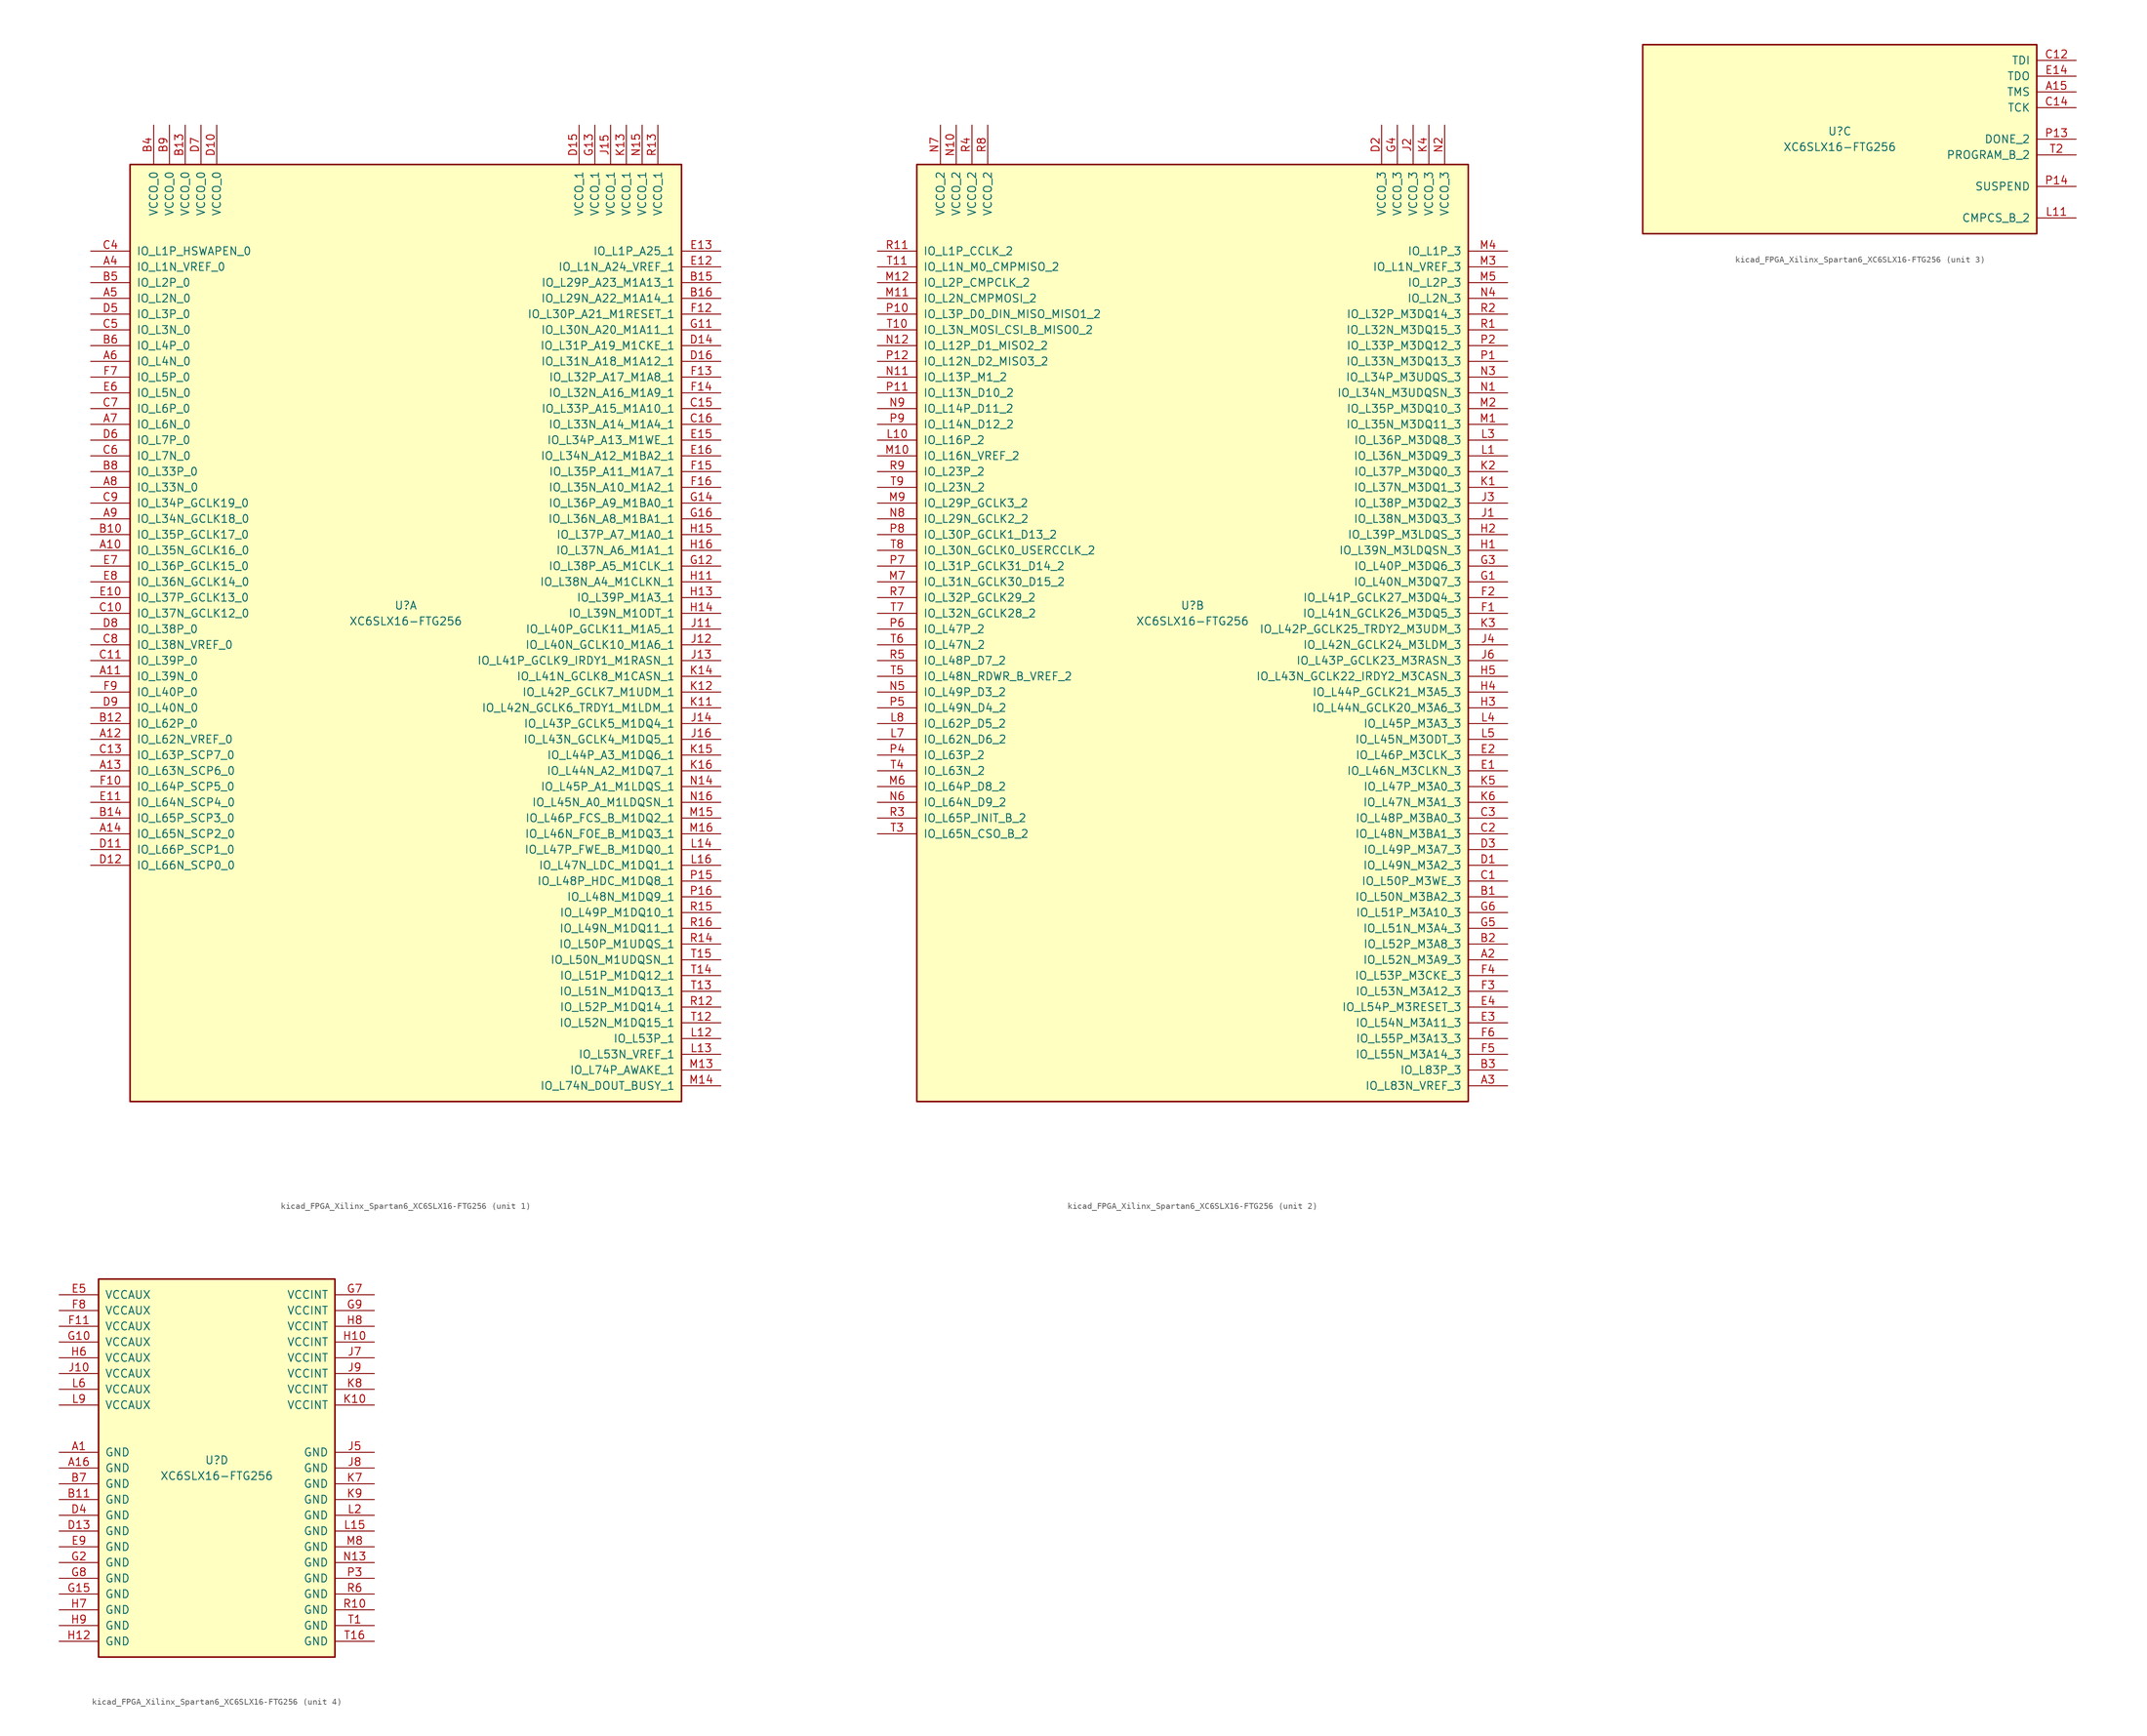
<source format=kicad_sym>
(kicad_symbol_lib
  (version 20220914)
  (generator kicad_symbol_editor)
  (symbol "kicad_FPGA_Xilinx_Spartan6_XC6SLX16-FTG256"
    (pin_names
      (offset 1.016))
    (property "Reference" "U"
      (at 0 1.27 0)
      (effects (font (size 1.27 1.27))))
    (property "Value" "XC6SLX16-FTG256"
      (at 0 -1.27 0)
      (effects (font (size 1.27 1.27))))
    (property "Datasheet" ""
      (at 0 0 0)
      (effects (font (size 1.27 1.27))))
    (property "ki_locked" ""
      (at 0 0 0)
      (effects (font (size 1.27 1.27))))
    (symbol "kicad_FPGA_Xilinx_Spartan6_XC6SLX16-FTG256_1_1"
      (rectangle (start -44.45 72.39) (end 44.45 -78.74) (stroke (width 0.254) (type default)) (fill (type background)))
      (pin bidirectional line (at -50.8 10.16 0) (length 6.35) (name "IO_L35N_GCLK16_0" (effects (font (size 1.27 1.27)))) (number "A10" (effects (font (size 1.27 1.27)))))
      (pin bidirectional line (at -50.8 -10.16 0) (length 6.35) (name "IO_L39N_0" (effects (font (size 1.27 1.27)))) (number "A11" (effects (font (size 1.27 1.27)))))
      (pin bidirectional line (at -50.8 -20.32 0) (length 6.35) (name "IO_L62N_VREF_0" (effects (font (size 1.27 1.27)))) (number "A12" (effects (font (size 1.27 1.27)))))
      (pin bidirectional line (at -50.8 -25.4 0) (length 6.35) (name "IO_L63N_SCP6_0" (effects (font (size 1.27 1.27)))) (number "A13" (effects (font (size 1.27 1.27)))))
      (pin bidirectional line (at -50.8 -35.56 0) (length 6.35) (name "IO_L65N_SCP2_0" (effects (font (size 1.27 1.27)))) (number "A14" (effects (font (size 1.27 1.27)))))
      (pin bidirectional line (at -50.8 55.88 0) (length 6.35) (name "IO_L1N_VREF_0" (effects (font (size 1.27 1.27)))) (number "A4" (effects (font (size 1.27 1.27)))))
      (pin bidirectional line (at -50.8 50.8 0) (length 6.35) (name "IO_L2N_0" (effects (font (size 1.27 1.27)))) (number "A5" (effects (font (size 1.27 1.27)))))
      (pin bidirectional line (at -50.8 40.64 0) (length 6.35) (name "IO_L4N_0" (effects (font (size 1.27 1.27)))) (number "A6" (effects (font (size 1.27 1.27)))))
      (pin bidirectional line (at -50.8 30.48 0) (length 6.35) (name "IO_L6N_0" (effects (font (size 1.27 1.27)))) (number "A7" (effects (font (size 1.27 1.27)))))
      (pin bidirectional line (at -50.8 20.32 0) (length 6.35) (name "IO_L33N_0" (effects (font (size 1.27 1.27)))) (number "A8" (effects (font (size 1.27 1.27)))))
      (pin bidirectional line (at -50.8 15.24 0) (length 6.35) (name "IO_L34N_GCLK18_0" (effects (font (size 1.27 1.27)))) (number "A9" (effects (font (size 1.27 1.27)))))
      (pin bidirectional line (at -50.8 12.7 0) (length 6.35) (name "IO_L35P_GCLK17_0" (effects (font (size 1.27 1.27)))) (number "B10" (effects (font (size 1.27 1.27)))))
      (pin bidirectional line (at -50.8 -17.78 0) (length 6.35) (name "IO_L62P_0" (effects (font (size 1.27 1.27)))) (number "B12" (effects (font (size 1.27 1.27)))))
      (pin power_in line (at -35.56 78.74 270) (length 6.35) (name "VCCO_0" (effects (font (size 1.27 1.27)))) (number "B13" (effects (font (size 1.27 1.27)))))
      (pin bidirectional line (at -50.8 -33.02 0) (length 6.35) (name "IO_L65P_SCP3_0" (effects (font (size 1.27 1.27)))) (number "B14" (effects (font (size 1.27 1.27)))))
      (pin bidirectional line (at 50.8 53.34 180) (length 6.35) (name "IO_L29P_A23_M1A13_1" (effects (font (size 1.27 1.27)))) (number "B15" (effects (font (size 1.27 1.27)))))
      (pin bidirectional line (at 50.8 50.8 180) (length 6.35) (name "IO_L29N_A22_M1A14_1" (effects (font (size 1.27 1.27)))) (number "B16" (effects (font (size 1.27 1.27)))))
      (pin power_in line (at -40.64 78.74 270) (length 6.35) (name "VCCO_0" (effects (font (size 1.27 1.27)))) (number "B4" (effects (font (size 1.27 1.27)))))
      (pin bidirectional line (at -50.8 53.34 0) (length 6.35) (name "IO_L2P_0" (effects (font (size 1.27 1.27)))) (number "B5" (effects (font (size 1.27 1.27)))))
      (pin bidirectional line (at -50.8 43.18 0) (length 6.35) (name "IO_L4P_0" (effects (font (size 1.27 1.27)))) (number "B6" (effects (font (size 1.27 1.27)))))
      (pin bidirectional line (at -50.8 22.86 0) (length 6.35) (name "IO_L33P_0" (effects (font (size 1.27 1.27)))) (number "B8" (effects (font (size 1.27 1.27)))))
      (pin power_in line (at -38.1 78.74 270) (length 6.35) (name "VCCO_0" (effects (font (size 1.27 1.27)))) (number "B9" (effects (font (size 1.27 1.27)))))
      (pin bidirectional line (at -50.8 0 0) (length 6.35) (name "IO_L37N_GCLK12_0" (effects (font (size 1.27 1.27)))) (number "C10" (effects (font (size 1.27 1.27)))))
      (pin bidirectional line (at -50.8 -7.62 0) (length 6.35) (name "IO_L39P_0" (effects (font (size 1.27 1.27)))) (number "C11" (effects (font (size 1.27 1.27)))))
      (pin bidirectional line (at -50.8 -22.86 0) (length 6.35) (name "IO_L63P_SCP7_0" (effects (font (size 1.27 1.27)))) (number "C13" (effects (font (size 1.27 1.27)))))
      (pin bidirectional line (at 50.8 33.02 180) (length 6.35) (name "IO_L33P_A15_M1A10_1" (effects (font (size 1.27 1.27)))) (number "C15" (effects (font (size 1.27 1.27)))))
      (pin bidirectional line (at 50.8 30.48 180) (length 6.35) (name "IO_L33N_A14_M1A4_1" (effects (font (size 1.27 1.27)))) (number "C16" (effects (font (size 1.27 1.27)))))
      (pin bidirectional line (at -50.8 58.42 0) (length 6.35) (name "IO_L1P_HSWAPEN_0" (effects (font (size 1.27 1.27)))) (number "C4" (effects (font (size 1.27 1.27)))))
      (pin bidirectional line (at -50.8 45.72 0) (length 6.35) (name "IO_L3N_0" (effects (font (size 1.27 1.27)))) (number "C5" (effects (font (size 1.27 1.27)))))
      (pin bidirectional line (at -50.8 25.4 0) (length 6.35) (name "IO_L7N_0" (effects (font (size 1.27 1.27)))) (number "C6" (effects (font (size 1.27 1.27)))))
      (pin bidirectional line (at -50.8 33.02 0) (length 6.35) (name "IO_L6P_0" (effects (font (size 1.27 1.27)))) (number "C7" (effects (font (size 1.27 1.27)))))
      (pin bidirectional line (at -50.8 -5.08 0) (length 6.35) (name "IO_L38N_VREF_0" (effects (font (size 1.27 1.27)))) (number "C8" (effects (font (size 1.27 1.27)))))
      (pin bidirectional line (at -50.8 17.78 0) (length 6.35) (name "IO_L34P_GCLK19_0" (effects (font (size 1.27 1.27)))) (number "C9" (effects (font (size 1.27 1.27)))))
      (pin power_in line (at -30.48 78.74 270) (length 6.35) (name "VCCO_0" (effects (font (size 1.27 1.27)))) (number "D10" (effects (font (size 1.27 1.27)))))
      (pin bidirectional line (at -50.8 -38.1 0) (length 6.35) (name "IO_L66P_SCP1_0" (effects (font (size 1.27 1.27)))) (number "D11" (effects (font (size 1.27 1.27)))))
      (pin bidirectional line (at -50.8 -40.64 0) (length 6.35) (name "IO_L66N_SCP0_0" (effects (font (size 1.27 1.27)))) (number "D12" (effects (font (size 1.27 1.27)))))
      (pin bidirectional line (at 50.8 43.18 180) (length 6.35) (name "IO_L31P_A19_M1CKE_1" (effects (font (size 1.27 1.27)))) (number "D14" (effects (font (size 1.27 1.27)))))
      (pin power_in line (at 27.94 78.74 270) (length 6.35) (name "VCCO_1" (effects (font (size 1.27 1.27)))) (number "D15" (effects (font (size 1.27 1.27)))))
      (pin bidirectional line (at 50.8 40.64 180) (length 6.35) (name "IO_L31N_A18_M1A12_1" (effects (font (size 1.27 1.27)))) (number "D16" (effects (font (size 1.27 1.27)))))
      (pin bidirectional line (at -50.8 48.26 0) (length 6.35) (name "IO_L3P_0" (effects (font (size 1.27 1.27)))) (number "D5" (effects (font (size 1.27 1.27)))))
      (pin bidirectional line (at -50.8 27.94 0) (length 6.35) (name "IO_L7P_0" (effects (font (size 1.27 1.27)))) (number "D6" (effects (font (size 1.27 1.27)))))
      (pin power_in line (at -33.02 78.74 270) (length 6.35) (name "VCCO_0" (effects (font (size 1.27 1.27)))) (number "D7" (effects (font (size 1.27 1.27)))))
      (pin bidirectional line (at -50.8 -2.54 0) (length 6.35) (name "IO_L38P_0" (effects (font (size 1.27 1.27)))) (number "D8" (effects (font (size 1.27 1.27)))))
      (pin bidirectional line (at -50.8 -15.24 0) (length 6.35) (name "IO_L40N_0" (effects (font (size 1.27 1.27)))) (number "D9" (effects (font (size 1.27 1.27)))))
      (pin bidirectional line (at -50.8 2.54 0) (length 6.35) (name "IO_L37P_GCLK13_0" (effects (font (size 1.27 1.27)))) (number "E10" (effects (font (size 1.27 1.27)))))
      (pin bidirectional line (at -50.8 -30.48 0) (length 6.35) (name "IO_L64N_SCP4_0" (effects (font (size 1.27 1.27)))) (number "E11" (effects (font (size 1.27 1.27)))))
      (pin bidirectional line (at 50.8 55.88 180) (length 6.35) (name "IO_L1N_A24_VREF_1" (effects (font (size 1.27 1.27)))) (number "E12" (effects (font (size 1.27 1.27)))))
      (pin bidirectional line (at 50.8 58.42 180) (length 6.35) (name "IO_L1P_A25_1" (effects (font (size 1.27 1.27)))) (number "E13" (effects (font (size 1.27 1.27)))))
      (pin bidirectional line (at 50.8 27.94 180) (length 6.35) (name "IO_L34P_A13_M1WE_1" (effects (font (size 1.27 1.27)))) (number "E15" (effects (font (size 1.27 1.27)))))
      (pin bidirectional line (at 50.8 25.4 180) (length 6.35) (name "IO_L34N_A12_M1BA2_1" (effects (font (size 1.27 1.27)))) (number "E16" (effects (font (size 1.27 1.27)))))
      (pin bidirectional line (at -50.8 35.56 0) (length 6.35) (name "IO_L5N_0" (effects (font (size 1.27 1.27)))) (number "E6" (effects (font (size 1.27 1.27)))))
      (pin bidirectional line (at -50.8 7.62 0) (length 6.35) (name "IO_L36P_GCLK15_0" (effects (font (size 1.27 1.27)))) (number "E7" (effects (font (size 1.27 1.27)))))
      (pin bidirectional line (at -50.8 5.08 0) (length 6.35) (name "IO_L36N_GCLK14_0" (effects (font (size 1.27 1.27)))) (number "E8" (effects (font (size 1.27 1.27)))))
      (pin bidirectional line (at -50.8 -27.94 0) (length 6.35) (name "IO_L64P_SCP5_0" (effects (font (size 1.27 1.27)))) (number "F10" (effects (font (size 1.27 1.27)))))
      (pin bidirectional line (at 50.8 48.26 180) (length 6.35) (name "IO_L30P_A21_M1RESET_1" (effects (font (size 1.27 1.27)))) (number "F12" (effects (font (size 1.27 1.27)))))
      (pin bidirectional line (at 50.8 38.1 180) (length 6.35) (name "IO_L32P_A17_M1A8_1" (effects (font (size 1.27 1.27)))) (number "F13" (effects (font (size 1.27 1.27)))))
      (pin bidirectional line (at 50.8 35.56 180) (length 6.35) (name "IO_L32N_A16_M1A9_1" (effects (font (size 1.27 1.27)))) (number "F14" (effects (font (size 1.27 1.27)))))
      (pin bidirectional line (at 50.8 22.86 180) (length 6.35) (name "IO_L35P_A11_M1A7_1" (effects (font (size 1.27 1.27)))) (number "F15" (effects (font (size 1.27 1.27)))))
      (pin bidirectional line (at 50.8 20.32 180) (length 6.35) (name "IO_L35N_A10_M1A2_1" (effects (font (size 1.27 1.27)))) (number "F16" (effects (font (size 1.27 1.27)))))
      (pin bidirectional line (at -50.8 38.1 0) (length 6.35) (name "IO_L5P_0" (effects (font (size 1.27 1.27)))) (number "F7" (effects (font (size 1.27 1.27)))))
      (pin bidirectional line (at -50.8 -12.7 0) (length 6.35) (name "IO_L40P_0" (effects (font (size 1.27 1.27)))) (number "F9" (effects (font (size 1.27 1.27)))))
      (pin bidirectional line (at 50.8 45.72 180) (length 6.35) (name "IO_L30N_A20_M1A11_1" (effects (font (size 1.27 1.27)))) (number "G11" (effects (font (size 1.27 1.27)))))
      (pin bidirectional line (at 50.8 7.62 180) (length 6.35) (name "IO_L38P_A5_M1CLK_1" (effects (font (size 1.27 1.27)))) (number "G12" (effects (font (size 1.27 1.27)))))
      (pin power_in line (at 30.48 78.74 270) (length 6.35) (name "VCCO_1" (effects (font (size 1.27 1.27)))) (number "G13" (effects (font (size 1.27 1.27)))))
      (pin bidirectional line (at 50.8 17.78 180) (length 6.35) (name "IO_L36P_A9_M1BA0_1" (effects (font (size 1.27 1.27)))) (number "G14" (effects (font (size 1.27 1.27)))))
      (pin bidirectional line (at 50.8 15.24 180) (length 6.35) (name "IO_L36N_A8_M1BA1_1" (effects (font (size 1.27 1.27)))) (number "G16" (effects (font (size 1.27 1.27)))))
      (pin bidirectional line (at 50.8 5.08 180) (length 6.35) (name "IO_L38N_A4_M1CLKN_1" (effects (font (size 1.27 1.27)))) (number "H11" (effects (font (size 1.27 1.27)))))
      (pin bidirectional line (at 50.8 2.54 180) (length 6.35) (name "IO_L39P_M1A3_1" (effects (font (size 1.27 1.27)))) (number "H13" (effects (font (size 1.27 1.27)))))
      (pin bidirectional line (at 50.8 0 180) (length 6.35) (name "IO_L39N_M1ODT_1" (effects (font (size 1.27 1.27)))) (number "H14" (effects (font (size 1.27 1.27)))))
      (pin bidirectional line (at 50.8 12.7 180) (length 6.35) (name "IO_L37P_A7_M1A0_1" (effects (font (size 1.27 1.27)))) (number "H15" (effects (font (size 1.27 1.27)))))
      (pin bidirectional line (at 50.8 10.16 180) (length 6.35) (name "IO_L37N_A6_M1A1_1" (effects (font (size 1.27 1.27)))) (number "H16" (effects (font (size 1.27 1.27)))))
      (pin bidirectional line (at 50.8 -2.54 180) (length 6.35) (name "IO_L40P_GCLK11_M1A5_1" (effects (font (size 1.27 1.27)))) (number "J11" (effects (font (size 1.27 1.27)))))
      (pin bidirectional line (at 50.8 -5.08 180) (length 6.35) (name "IO_L40N_GCLK10_M1A6_1" (effects (font (size 1.27 1.27)))) (number "J12" (effects (font (size 1.27 1.27)))))
      (pin bidirectional line (at 50.8 -7.62 180) (length 6.35) (name "IO_L41P_GCLK9_IRDY1_M1RASN_1" (effects (font (size 1.27 1.27)))) (number "J13" (effects (font (size 1.27 1.27)))))
      (pin bidirectional line (at 50.8 -17.78 180) (length 6.35) (name "IO_L43P_GCLK5_M1DQ4_1" (effects (font (size 1.27 1.27)))) (number "J14" (effects (font (size 1.27 1.27)))))
      (pin power_in line (at 33.02 78.74 270) (length 6.35) (name "VCCO_1" (effects (font (size 1.27 1.27)))) (number "J15" (effects (font (size 1.27 1.27)))))
      (pin bidirectional line (at 50.8 -20.32 180) (length 6.35) (name "IO_L43N_GCLK4_M1DQ5_1" (effects (font (size 1.27 1.27)))) (number "J16" (effects (font (size 1.27 1.27)))))
      (pin bidirectional line (at 50.8 -15.24 180) (length 6.35) (name "IO_L42N_GCLK6_TRDY1_M1LDM_1" (effects (font (size 1.27 1.27)))) (number "K11" (effects (font (size 1.27 1.27)))))
      (pin bidirectional line (at 50.8 -12.7 180) (length 6.35) (name "IO_L42P_GCLK7_M1UDM_1" (effects (font (size 1.27 1.27)))) (number "K12" (effects (font (size 1.27 1.27)))))
      (pin power_in line (at 35.56 78.74 270) (length 6.35) (name "VCCO_1" (effects (font (size 1.27 1.27)))) (number "K13" (effects (font (size 1.27 1.27)))))
      (pin bidirectional line (at 50.8 -10.16 180) (length 6.35) (name "IO_L41N_GCLK8_M1CASN_1" (effects (font (size 1.27 1.27)))) (number "K14" (effects (font (size 1.27 1.27)))))
      (pin bidirectional line (at 50.8 -22.86 180) (length 6.35) (name "IO_L44P_A3_M1DQ6_1" (effects (font (size 1.27 1.27)))) (number "K15" (effects (font (size 1.27 1.27)))))
      (pin bidirectional line (at 50.8 -25.4 180) (length 6.35) (name "IO_L44N_A2_M1DQ7_1" (effects (font (size 1.27 1.27)))) (number "K16" (effects (font (size 1.27 1.27)))))
      (pin bidirectional line (at 50.8 -68.58 180) (length 6.35) (name "IO_L53P_1" (effects (font (size 1.27 1.27)))) (number "L12" (effects (font (size 1.27 1.27)))))
      (pin bidirectional line (at 50.8 -71.12 180) (length 6.35) (name "IO_L53N_VREF_1" (effects (font (size 1.27 1.27)))) (number "L13" (effects (font (size 1.27 1.27)))))
      (pin bidirectional line (at 50.8 -38.1 180) (length 6.35) (name "IO_L47P_FWE_B_M1DQ0_1" (effects (font (size 1.27 1.27)))) (number "L14" (effects (font (size 1.27 1.27)))))
      (pin bidirectional line (at 50.8 -40.64 180) (length 6.35) (name "IO_L47N_LDC_M1DQ1_1" (effects (font (size 1.27 1.27)))) (number "L16" (effects (font (size 1.27 1.27)))))
      (pin bidirectional line (at 50.8 -73.66 180) (length 6.35) (name "IO_L74P_AWAKE_1" (effects (font (size 1.27 1.27)))) (number "M13" (effects (font (size 1.27 1.27)))))
      (pin bidirectional line (at 50.8 -76.2 180) (length 6.35) (name "IO_L74N_DOUT_BUSY_1" (effects (font (size 1.27 1.27)))) (number "M14" (effects (font (size 1.27 1.27)))))
      (pin bidirectional line (at 50.8 -33.02 180) (length 6.35) (name "IO_L46P_FCS_B_M1DQ2_1" (effects (font (size 1.27 1.27)))) (number "M15" (effects (font (size 1.27 1.27)))))
      (pin bidirectional line (at 50.8 -35.56 180) (length 6.35) (name "IO_L46N_FOE_B_M1DQ3_1" (effects (font (size 1.27 1.27)))) (number "M16" (effects (font (size 1.27 1.27)))))
      (pin bidirectional line (at 50.8 -27.94 180) (length 6.35) (name "IO_L45P_A1_M1LDQS_1" (effects (font (size 1.27 1.27)))) (number "N14" (effects (font (size 1.27 1.27)))))
      (pin power_in line (at 38.1 78.74 270) (length 6.35) (name "VCCO_1" (effects (font (size 1.27 1.27)))) (number "N15" (effects (font (size 1.27 1.27)))))
      (pin bidirectional line (at 50.8 -30.48 180) (length 6.35) (name "IO_L45N_A0_M1LDQSN_1" (effects (font (size 1.27 1.27)))) (number "N16" (effects (font (size 1.27 1.27)))))
      (pin bidirectional line (at 50.8 -43.18 180) (length 6.35) (name "IO_L48P_HDC_M1DQ8_1" (effects (font (size 1.27 1.27)))) (number "P15" (effects (font (size 1.27 1.27)))))
      (pin bidirectional line (at 50.8 -45.72 180) (length 6.35) (name "IO_L48N_M1DQ9_1" (effects (font (size 1.27 1.27)))) (number "P16" (effects (font (size 1.27 1.27)))))
      (pin bidirectional line (at 50.8 -63.5 180) (length 6.35) (name "IO_L52P_M1DQ14_1" (effects (font (size 1.27 1.27)))) (number "R12" (effects (font (size 1.27 1.27)))))
      (pin power_in line (at 40.64 78.74 270) (length 6.35) (name "VCCO_1" (effects (font (size 1.27 1.27)))) (number "R13" (effects (font (size 1.27 1.27)))))
      (pin bidirectional line (at 50.8 -53.34 180) (length 6.35) (name "IO_L50P_M1UDQS_1" (effects (font (size 1.27 1.27)))) (number "R14" (effects (font (size 1.27 1.27)))))
      (pin bidirectional line (at 50.8 -48.26 180) (length 6.35) (name "IO_L49P_M1DQ10_1" (effects (font (size 1.27 1.27)))) (number "R15" (effects (font (size 1.27 1.27)))))
      (pin bidirectional line (at 50.8 -50.8 180) (length 6.35) (name "IO_L49N_M1DQ11_1" (effects (font (size 1.27 1.27)))) (number "R16" (effects (font (size 1.27 1.27)))))
      (pin bidirectional line (at 50.8 -66.04 180) (length 6.35) (name "IO_L52N_M1DQ15_1" (effects (font (size 1.27 1.27)))) (number "T12" (effects (font (size 1.27 1.27)))))
      (pin bidirectional line (at 50.8 -60.96 180) (length 6.35) (name "IO_L51N_M1DQ13_1" (effects (font (size 1.27 1.27)))) (number "T13" (effects (font (size 1.27 1.27)))))
      (pin bidirectional line (at 50.8 -58.42 180) (length 6.35) (name "IO_L51P_M1DQ12_1" (effects (font (size 1.27 1.27)))) (number "T14" (effects (font (size 1.27 1.27)))))
      (pin bidirectional line (at 50.8 -55.88 180) (length 6.35) (name "IO_L50N_M1UDQSN_1" (effects (font (size 1.27 1.27)))) (number "T15" (effects (font (size 1.27 1.27))))))
    (symbol "kicad_FPGA_Xilinx_Spartan6_XC6SLX16-FTG256_2_1"
      (rectangle (start -44.45 72.39) (end 44.45 -78.74) (stroke (width 0.254) (type default)) (fill (type background)))
      (pin bidirectional line (at 50.8 -55.88 180) (length 6.35) (name "IO_L52N_M3A9_3" (effects (font (size 1.27 1.27)))) (number "A2" (effects (font (size 1.27 1.27)))))
      (pin bidirectional line (at 50.8 -76.2 180) (length 6.35) (name "IO_L83N_VREF_3" (effects (font (size 1.27 1.27)))) (number "A3" (effects (font (size 1.27 1.27)))))
      (pin bidirectional line (at 50.8 -45.72 180) (length 6.35) (name "IO_L50N_M3BA2_3" (effects (font (size 1.27 1.27)))) (number "B1" (effects (font (size 1.27 1.27)))))
      (pin bidirectional line (at 50.8 -53.34 180) (length 6.35) (name "IO_L52P_M3A8_3" (effects (font (size 1.27 1.27)))) (number "B2" (effects (font (size 1.27 1.27)))))
      (pin bidirectional line (at 50.8 -73.66 180) (length 6.35) (name "IO_L83P_3" (effects (font (size 1.27 1.27)))) (number "B3" (effects (font (size 1.27 1.27)))))
      (pin bidirectional line (at 50.8 -43.18 180) (length 6.35) (name "IO_L50P_M3WE_3" (effects (font (size 1.27 1.27)))) (number "C1" (effects (font (size 1.27 1.27)))))
      (pin bidirectional line (at 50.8 -35.56 180) (length 6.35) (name "IO_L48N_M3BA1_3" (effects (font (size 1.27 1.27)))) (number "C2" (effects (font (size 1.27 1.27)))))
      (pin bidirectional line (at 50.8 -33.02 180) (length 6.35) (name "IO_L48P_M3BA0_3" (effects (font (size 1.27 1.27)))) (number "C3" (effects (font (size 1.27 1.27)))))
      (pin bidirectional line (at 50.8 -40.64 180) (length 6.35) (name "IO_L49N_M3A2_3" (effects (font (size 1.27 1.27)))) (number "D1" (effects (font (size 1.27 1.27)))))
      (pin power_in line (at 30.48 78.74 270) (length 6.35) (name "VCCO_3" (effects (font (size 1.27 1.27)))) (number "D2" (effects (font (size 1.27 1.27)))))
      (pin bidirectional line (at 50.8 -38.1 180) (length 6.35) (name "IO_L49P_M3A7_3" (effects (font (size 1.27 1.27)))) (number "D3" (effects (font (size 1.27 1.27)))))
      (pin bidirectional line (at 50.8 -25.4 180) (length 6.35) (name "IO_L46N_M3CLKN_3" (effects (font (size 1.27 1.27)))) (number "E1" (effects (font (size 1.27 1.27)))))
      (pin bidirectional line (at 50.8 -22.86 180) (length 6.35) (name "IO_L46P_M3CLK_3" (effects (font (size 1.27 1.27)))) (number "E2" (effects (font (size 1.27 1.27)))))
      (pin bidirectional line (at 50.8 -66.04 180) (length 6.35) (name "IO_L54N_M3A11_3" (effects (font (size 1.27 1.27)))) (number "E3" (effects (font (size 1.27 1.27)))))
      (pin bidirectional line (at 50.8 -63.5 180) (length 6.35) (name "IO_L54P_M3RESET_3" (effects (font (size 1.27 1.27)))) (number "E4" (effects (font (size 1.27 1.27)))))
      (pin bidirectional line (at 50.8 0 180) (length 6.35) (name "IO_L41N_GCLK26_M3DQ5_3" (effects (font (size 1.27 1.27)))) (number "F1" (effects (font (size 1.27 1.27)))))
      (pin bidirectional line (at 50.8 2.54 180) (length 6.35) (name "IO_L41P_GCLK27_M3DQ4_3" (effects (font (size 1.27 1.27)))) (number "F2" (effects (font (size 1.27 1.27)))))
      (pin bidirectional line (at 50.8 -60.96 180) (length 6.35) (name "IO_L53N_M3A12_3" (effects (font (size 1.27 1.27)))) (number "F3" (effects (font (size 1.27 1.27)))))
      (pin bidirectional line (at 50.8 -58.42 180) (length 6.35) (name "IO_L53P_M3CKE_3" (effects (font (size 1.27 1.27)))) (number "F4" (effects (font (size 1.27 1.27)))))
      (pin bidirectional line (at 50.8 -71.12 180) (length 6.35) (name "IO_L55N_M3A14_3" (effects (font (size 1.27 1.27)))) (number "F5" (effects (font (size 1.27 1.27)))))
      (pin bidirectional line (at 50.8 -68.58 180) (length 6.35) (name "IO_L55P_M3A13_3" (effects (font (size 1.27 1.27)))) (number "F6" (effects (font (size 1.27 1.27)))))
      (pin bidirectional line (at 50.8 5.08 180) (length 6.35) (name "IO_L40N_M3DQ7_3" (effects (font (size 1.27 1.27)))) (number "G1" (effects (font (size 1.27 1.27)))))
      (pin bidirectional line (at 50.8 7.62 180) (length 6.35) (name "IO_L40P_M3DQ6_3" (effects (font (size 1.27 1.27)))) (number "G3" (effects (font (size 1.27 1.27)))))
      (pin power_in line (at 33.02 78.74 270) (length 6.35) (name "VCCO_3" (effects (font (size 1.27 1.27)))) (number "G4" (effects (font (size 1.27 1.27)))))
      (pin bidirectional line (at 50.8 -50.8 180) (length 6.35) (name "IO_L51N_M3A4_3" (effects (font (size 1.27 1.27)))) (number "G5" (effects (font (size 1.27 1.27)))))
      (pin bidirectional line (at 50.8 -48.26 180) (length 6.35) (name "IO_L51P_M3A10_3" (effects (font (size 1.27 1.27)))) (number "G6" (effects (font (size 1.27 1.27)))))
      (pin bidirectional line (at 50.8 10.16 180) (length 6.35) (name "IO_L39N_M3LDQSN_3" (effects (font (size 1.27 1.27)))) (number "H1" (effects (font (size 1.27 1.27)))))
      (pin bidirectional line (at 50.8 12.7 180) (length 6.35) (name "IO_L39P_M3LDQS_3" (effects (font (size 1.27 1.27)))) (number "H2" (effects (font (size 1.27 1.27)))))
      (pin bidirectional line (at 50.8 -15.24 180) (length 6.35) (name "IO_L44N_GCLK20_M3A6_3" (effects (font (size 1.27 1.27)))) (number "H3" (effects (font (size 1.27 1.27)))))
      (pin bidirectional line (at 50.8 -12.7 180) (length 6.35) (name "IO_L44P_GCLK21_M3A5_3" (effects (font (size 1.27 1.27)))) (number "H4" (effects (font (size 1.27 1.27)))))
      (pin bidirectional line (at 50.8 -10.16 180) (length 6.35) (name "IO_L43N_GCLK22_IRDY2_M3CASN_3" (effects (font (size 1.27 1.27)))) (number "H5" (effects (font (size 1.27 1.27)))))
      (pin bidirectional line (at 50.8 15.24 180) (length 6.35) (name "IO_L38N_M3DQ3_3" (effects (font (size 1.27 1.27)))) (number "J1" (effects (font (size 1.27 1.27)))))
      (pin power_in line (at 35.56 78.74 270) (length 6.35) (name "VCCO_3" (effects (font (size 1.27 1.27)))) (number "J2" (effects (font (size 1.27 1.27)))))
      (pin bidirectional line (at 50.8 17.78 180) (length 6.35) (name "IO_L38P_M3DQ2_3" (effects (font (size 1.27 1.27)))) (number "J3" (effects (font (size 1.27 1.27)))))
      (pin bidirectional line (at 50.8 -5.08 180) (length 6.35) (name "IO_L42N_GCLK24_M3LDM_3" (effects (font (size 1.27 1.27)))) (number "J4" (effects (font (size 1.27 1.27)))))
      (pin bidirectional line (at 50.8 -7.62 180) (length 6.35) (name "IO_L43P_GCLK23_M3RASN_3" (effects (font (size 1.27 1.27)))) (number "J6" (effects (font (size 1.27 1.27)))))
      (pin bidirectional line (at 50.8 20.32 180) (length 6.35) (name "IO_L37N_M3DQ1_3" (effects (font (size 1.27 1.27)))) (number "K1" (effects (font (size 1.27 1.27)))))
      (pin bidirectional line (at 50.8 22.86 180) (length 6.35) (name "IO_L37P_M3DQ0_3" (effects (font (size 1.27 1.27)))) (number "K2" (effects (font (size 1.27 1.27)))))
      (pin bidirectional line (at 50.8 -2.54 180) (length 6.35) (name "IO_L42P_GCLK25_TRDY2_M3UDM_3" (effects (font (size 1.27 1.27)))) (number "K3" (effects (font (size 1.27 1.27)))))
      (pin power_in line (at 38.1 78.74 270) (length 6.35) (name "VCCO_3" (effects (font (size 1.27 1.27)))) (number "K4" (effects (font (size 1.27 1.27)))))
      (pin bidirectional line (at 50.8 -27.94 180) (length 6.35) (name "IO_L47P_M3A0_3" (effects (font (size 1.27 1.27)))) (number "K5" (effects (font (size 1.27 1.27)))))
      (pin bidirectional line (at 50.8 -30.48 180) (length 6.35) (name "IO_L47N_M3A1_3" (effects (font (size 1.27 1.27)))) (number "K6" (effects (font (size 1.27 1.27)))))
      (pin bidirectional line (at 50.8 25.4 180) (length 6.35) (name "IO_L36N_M3DQ9_3" (effects (font (size 1.27 1.27)))) (number "L1" (effects (font (size 1.27 1.27)))))
      (pin bidirectional line (at -50.8 27.94 0) (length 6.35) (name "IO_L16P_2" (effects (font (size 1.27 1.27)))) (number "L10" (effects (font (size 1.27 1.27)))))
      (pin bidirectional line (at 50.8 27.94 180) (length 6.35) (name "IO_L36P_M3DQ8_3" (effects (font (size 1.27 1.27)))) (number "L3" (effects (font (size 1.27 1.27)))))
      (pin bidirectional line (at 50.8 -17.78 180) (length 6.35) (name "IO_L45P_M3A3_3" (effects (font (size 1.27 1.27)))) (number "L4" (effects (font (size 1.27 1.27)))))
      (pin bidirectional line (at 50.8 -20.32 180) (length 6.35) (name "IO_L45N_M3ODT_3" (effects (font (size 1.27 1.27)))) (number "L5" (effects (font (size 1.27 1.27)))))
      (pin bidirectional line (at -50.8 -20.32 0) (length 6.35) (name "IO_L62N_D6_2" (effects (font (size 1.27 1.27)))) (number "L7" (effects (font (size 1.27 1.27)))))
      (pin bidirectional line (at -50.8 -17.78 0) (length 6.35) (name "IO_L62P_D5_2" (effects (font (size 1.27 1.27)))) (number "L8" (effects (font (size 1.27 1.27)))))
      (pin bidirectional line (at 50.8 30.48 180) (length 6.35) (name "IO_L35N_M3DQ11_3" (effects (font (size 1.27 1.27)))) (number "M1" (effects (font (size 1.27 1.27)))))
      (pin bidirectional line (at -50.8 25.4 0) (length 6.35) (name "IO_L16N_VREF_2" (effects (font (size 1.27 1.27)))) (number "M10" (effects (font (size 1.27 1.27)))))
      (pin bidirectional line (at -50.8 50.8 0) (length 6.35) (name "IO_L2N_CMPMOSI_2" (effects (font (size 1.27 1.27)))) (number "M11" (effects (font (size 1.27 1.27)))))
      (pin bidirectional line (at -50.8 53.34 0) (length 6.35) (name "IO_L2P_CMPCLK_2" (effects (font (size 1.27 1.27)))) (number "M12" (effects (font (size 1.27 1.27)))))
      (pin bidirectional line (at 50.8 33.02 180) (length 6.35) (name "IO_L35P_M3DQ10_3" (effects (font (size 1.27 1.27)))) (number "M2" (effects (font (size 1.27 1.27)))))
      (pin bidirectional line (at 50.8 55.88 180) (length 6.35) (name "IO_L1N_VREF_3" (effects (font (size 1.27 1.27)))) (number "M3" (effects (font (size 1.27 1.27)))))
      (pin bidirectional line (at 50.8 58.42 180) (length 6.35) (name "IO_L1P_3" (effects (font (size 1.27 1.27)))) (number "M4" (effects (font (size 1.27 1.27)))))
      (pin bidirectional line (at 50.8 53.34 180) (length 6.35) (name "IO_L2P_3" (effects (font (size 1.27 1.27)))) (number "M5" (effects (font (size 1.27 1.27)))))
      (pin bidirectional line (at -50.8 -27.94 0) (length 6.35) (name "IO_L64P_D8_2" (effects (font (size 1.27 1.27)))) (number "M6" (effects (font (size 1.27 1.27)))))
      (pin bidirectional line (at -50.8 5.08 0) (length 6.35) (name "IO_L31N_GCLK30_D15_2" (effects (font (size 1.27 1.27)))) (number "M7" (effects (font (size 1.27 1.27)))))
      (pin bidirectional line (at -50.8 17.78 0) (length 6.35) (name "IO_L29P_GCLK3_2" (effects (font (size 1.27 1.27)))) (number "M9" (effects (font (size 1.27 1.27)))))
      (pin bidirectional line (at 50.8 35.56 180) (length 6.35) (name "IO_L34N_M3UDQSN_3" (effects (font (size 1.27 1.27)))) (number "N1" (effects (font (size 1.27 1.27)))))
      (pin power_in line (at -38.1 78.74 270) (length 6.35) (name "VCCO_2" (effects (font (size 1.27 1.27)))) (number "N10" (effects (font (size 1.27 1.27)))))
      (pin bidirectional line (at -50.8 38.1 0) (length 6.35) (name "IO_L13P_M1_2" (effects (font (size 1.27 1.27)))) (number "N11" (effects (font (size 1.27 1.27)))))
      (pin bidirectional line (at -50.8 43.18 0) (length 6.35) (name "IO_L12P_D1_MISO2_2" (effects (font (size 1.27 1.27)))) (number "N12" (effects (font (size 1.27 1.27)))))
      (pin power_in line (at 40.64 78.74 270) (length 6.35) (name "VCCO_3" (effects (font (size 1.27 1.27)))) (number "N2" (effects (font (size 1.27 1.27)))))
      (pin bidirectional line (at 50.8 38.1 180) (length 6.35) (name "IO_L34P_M3UDQS_3" (effects (font (size 1.27 1.27)))) (number "N3" (effects (font (size 1.27 1.27)))))
      (pin bidirectional line (at 50.8 50.8 180) (length 6.35) (name "IO_L2N_3" (effects (font (size 1.27 1.27)))) (number "N4" (effects (font (size 1.27 1.27)))))
      (pin bidirectional line (at -50.8 -12.7 0) (length 6.35) (name "IO_L49P_D3_2" (effects (font (size 1.27 1.27)))) (number "N5" (effects (font (size 1.27 1.27)))))
      (pin bidirectional line (at -50.8 -30.48 0) (length 6.35) (name "IO_L64N_D9_2" (effects (font (size 1.27 1.27)))) (number "N6" (effects (font (size 1.27 1.27)))))
      (pin power_in line (at -40.64 78.74 270) (length 6.35) (name "VCCO_2" (effects (font (size 1.27 1.27)))) (number "N7" (effects (font (size 1.27 1.27)))))
      (pin bidirectional line (at -50.8 15.24 0) (length 6.35) (name "IO_L29N_GCLK2_2" (effects (font (size 1.27 1.27)))) (number "N8" (effects (font (size 1.27 1.27)))))
      (pin bidirectional line (at -50.8 33.02 0) (length 6.35) (name "IO_L14P_D11_2" (effects (font (size 1.27 1.27)))) (number "N9" (effects (font (size 1.27 1.27)))))
      (pin bidirectional line (at 50.8 40.64 180) (length 6.35) (name "IO_L33N_M3DQ13_3" (effects (font (size 1.27 1.27)))) (number "P1" (effects (font (size 1.27 1.27)))))
      (pin bidirectional line (at -50.8 48.26 0) (length 6.35) (name "IO_L3P_D0_DIN_MISO_MISO1_2" (effects (font (size 1.27 1.27)))) (number "P10" (effects (font (size 1.27 1.27)))))
      (pin bidirectional line (at -50.8 35.56 0) (length 6.35) (name "IO_L13N_D10_2" (effects (font (size 1.27 1.27)))) (number "P11" (effects (font (size 1.27 1.27)))))
      (pin bidirectional line (at -50.8 40.64 0) (length 6.35) (name "IO_L12N_D2_MISO3_2" (effects (font (size 1.27 1.27)))) (number "P12" (effects (font (size 1.27 1.27)))))
      (pin bidirectional line (at 50.8 43.18 180) (length 6.35) (name "IO_L33P_M3DQ12_3" (effects (font (size 1.27 1.27)))) (number "P2" (effects (font (size 1.27 1.27)))))
      (pin bidirectional line (at -50.8 -22.86 0) (length 6.35) (name "IO_L63P_2" (effects (font (size 1.27 1.27)))) (number "P4" (effects (font (size 1.27 1.27)))))
      (pin bidirectional line (at -50.8 -15.24 0) (length 6.35) (name "IO_L49N_D4_2" (effects (font (size 1.27 1.27)))) (number "P5" (effects (font (size 1.27 1.27)))))
      (pin bidirectional line (at -50.8 -2.54 0) (length 6.35) (name "IO_L47P_2" (effects (font (size 1.27 1.27)))) (number "P6" (effects (font (size 1.27 1.27)))))
      (pin bidirectional line (at -50.8 7.62 0) (length 6.35) (name "IO_L31P_GCLK31_D14_2" (effects (font (size 1.27 1.27)))) (number "P7" (effects (font (size 1.27 1.27)))))
      (pin bidirectional line (at -50.8 12.7 0) (length 6.35) (name "IO_L30P_GCLK1_D13_2" (effects (font (size 1.27 1.27)))) (number "P8" (effects (font (size 1.27 1.27)))))
      (pin bidirectional line (at -50.8 30.48 0) (length 6.35) (name "IO_L14N_D12_2" (effects (font (size 1.27 1.27)))) (number "P9" (effects (font (size 1.27 1.27)))))
      (pin bidirectional line (at 50.8 45.72 180) (length 6.35) (name "IO_L32N_M3DQ15_3" (effects (font (size 1.27 1.27)))) (number "R1" (effects (font (size 1.27 1.27)))))
      (pin bidirectional line (at -50.8 58.42 0) (length 6.35) (name "IO_L1P_CCLK_2" (effects (font (size 1.27 1.27)))) (number "R11" (effects (font (size 1.27 1.27)))))
      (pin bidirectional line (at 50.8 48.26 180) (length 6.35) (name "IO_L32P_M3DQ14_3" (effects (font (size 1.27 1.27)))) (number "R2" (effects (font (size 1.27 1.27)))))
      (pin bidirectional line (at -50.8 -33.02 0) (length 6.35) (name "IO_L65P_INIT_B_2" (effects (font (size 1.27 1.27)))) (number "R3" (effects (font (size 1.27 1.27)))))
      (pin power_in line (at -35.56 78.74 270) (length 6.35) (name "VCCO_2" (effects (font (size 1.27 1.27)))) (number "R4" (effects (font (size 1.27 1.27)))))
      (pin bidirectional line (at -50.8 -7.62 0) (length 6.35) (name "IO_L48P_D7_2" (effects (font (size 1.27 1.27)))) (number "R5" (effects (font (size 1.27 1.27)))))
      (pin bidirectional line (at -50.8 2.54 0) (length 6.35) (name "IO_L32P_GCLK29_2" (effects (font (size 1.27 1.27)))) (number "R7" (effects (font (size 1.27 1.27)))))
      (pin power_in line (at -33.02 78.74 270) (length 6.35) (name "VCCO_2" (effects (font (size 1.27 1.27)))) (number "R8" (effects (font (size 1.27 1.27)))))
      (pin bidirectional line (at -50.8 22.86 0) (length 6.35) (name "IO_L23P_2" (effects (font (size 1.27 1.27)))) (number "R9" (effects (font (size 1.27 1.27)))))
      (pin bidirectional line (at -50.8 45.72 0) (length 6.35) (name "IO_L3N_MOSI_CSI_B_MISO0_2" (effects (font (size 1.27 1.27)))) (number "T10" (effects (font (size 1.27 1.27)))))
      (pin bidirectional line (at -50.8 55.88 0) (length 6.35) (name "IO_L1N_M0_CMPMISO_2" (effects (font (size 1.27 1.27)))) (number "T11" (effects (font (size 1.27 1.27)))))
      (pin bidirectional line (at -50.8 -35.56 0) (length 6.35) (name "IO_L65N_CSO_B_2" (effects (font (size 1.27 1.27)))) (number "T3" (effects (font (size 1.27 1.27)))))
      (pin bidirectional line (at -50.8 -25.4 0) (length 6.35) (name "IO_L63N_2" (effects (font (size 1.27 1.27)))) (number "T4" (effects (font (size 1.27 1.27)))))
      (pin bidirectional line (at -50.8 -10.16 0) (length 6.35) (name "IO_L48N_RDWR_B_VREF_2" (effects (font (size 1.27 1.27)))) (number "T5" (effects (font (size 1.27 1.27)))))
      (pin bidirectional line (at -50.8 -5.08 0) (length 6.35) (name "IO_L47N_2" (effects (font (size 1.27 1.27)))) (number "T6" (effects (font (size 1.27 1.27)))))
      (pin bidirectional line (at -50.8 0 0) (length 6.35) (name "IO_L32N_GCLK28_2" (effects (font (size 1.27 1.27)))) (number "T7" (effects (font (size 1.27 1.27)))))
      (pin bidirectional line (at -50.8 10.16 0) (length 6.35) (name "IO_L30N_GCLK0_USERCCLK_2" (effects (font (size 1.27 1.27)))) (number "T8" (effects (font (size 1.27 1.27)))))
      (pin bidirectional line (at -50.8 20.32 0) (length 6.35) (name "IO_L23N_2" (effects (font (size 1.27 1.27)))) (number "T9" (effects (font (size 1.27 1.27))))))
    (symbol "kicad_FPGA_Xilinx_Spartan6_XC6SLX16-FTG256_3_1"
      (rectangle (start -31.75 15.24) (end 31.75 -15.24) (stroke (width 0.254) (type default)) (fill (type background)))
      (pin bidirectional line (at 38.1 7.62 180) (length 6.35) (name "TMS" (effects (font (size 1.27 1.27)))) (number "A15" (effects (font (size 1.27 1.27)))))
      (pin bidirectional line (at 38.1 12.7 180) (length 6.35) (name "TDI" (effects (font (size 1.27 1.27)))) (number "C12" (effects (font (size 1.27 1.27)))))
      (pin bidirectional line (at 38.1 5.08 180) (length 6.35) (name "TCK" (effects (font (size 1.27 1.27)))) (number "C14" (effects (font (size 1.27 1.27)))))
      (pin bidirectional line (at 38.1 10.16 180) (length 6.35) (name "TDO" (effects (font (size 1.27 1.27)))) (number "E14" (effects (font (size 1.27 1.27)))))
      (pin bidirectional line (at 38.1 -12.7 180) (length 6.35) (name "CMPCS_B_2" (effects (font (size 1.27 1.27)))) (number "L11" (effects (font (size 1.27 1.27)))))
      (pin bidirectional line (at 38.1 0 180) (length 6.35) (name "DONE_2" (effects (font (size 1.27 1.27)))) (number "P13" (effects (font (size 1.27 1.27)))))
      (pin bidirectional line (at 38.1 -7.62 180) (length 6.35) (name "SUSPEND" (effects (font (size 1.27 1.27)))) (number "P14" (effects (font (size 1.27 1.27)))))
      (pin bidirectional line (at 38.1 -2.54 180) (length 6.35) (name "PROGRAM_B_2" (effects (font (size 1.27 1.27)))) (number "T2" (effects (font (size 1.27 1.27))))))
    (symbol "kicad_FPGA_Xilinx_Spartan6_XC6SLX16-FTG256_4_1"
      (rectangle (start -19.05 30.48) (end 19.05 -30.48) (stroke (width 0.254) (type default)) (fill (type background)))
      (pin power_in line (at -25.4 2.54 0) (length 6.35) (name "GND" (effects (font (size 1.27 1.27)))) (number "A1" (effects (font (size 1.27 1.27)))))
      (pin power_in line (at -25.4 0 0) (length 6.35) (name "GND" (effects (font (size 1.27 1.27)))) (number "A16" (effects (font (size 1.27 1.27)))))
      (pin power_in line (at -25.4 -5.08 0) (length 6.35) (name "GND" (effects (font (size 1.27 1.27)))) (number "B11" (effects (font (size 1.27 1.27)))))
      (pin power_in line (at -25.4 -2.54 0) (length 6.35) (name "GND" (effects (font (size 1.27 1.27)))) (number "B7" (effects (font (size 1.27 1.27)))))
      (pin power_in line (at -25.4 -10.16 0) (length 6.35) (name "GND" (effects (font (size 1.27 1.27)))) (number "D13" (effects (font (size 1.27 1.27)))))
      (pin power_in line (at -25.4 -7.62 0) (length 6.35) (name "GND" (effects (font (size 1.27 1.27)))) (number "D4" (effects (font (size 1.27 1.27)))))
      (pin power_in line (at -25.4 27.94 0) (length 6.35) (name "VCCAUX" (effects (font (size 1.27 1.27)))) (number "E5" (effects (font (size 1.27 1.27)))))
      (pin power_in line (at -25.4 -12.7 0) (length 6.35) (name "GND" (effects (font (size 1.27 1.27)))) (number "E9" (effects (font (size 1.27 1.27)))))
      (pin power_in line (at -25.4 22.86 0) (length 6.35) (name "VCCAUX" (effects (font (size 1.27 1.27)))) (number "F11" (effects (font (size 1.27 1.27)))))
      (pin power_in line (at -25.4 25.4 0) (length 6.35) (name "VCCAUX" (effects (font (size 1.27 1.27)))) (number "F8" (effects (font (size 1.27 1.27)))))
      (pin power_in line (at -25.4 20.32 0) (length 6.35) (name "VCCAUX" (effects (font (size 1.27 1.27)))) (number "G10" (effects (font (size 1.27 1.27)))))
      (pin power_in line (at -25.4 -20.32 0) (length 6.35) (name "GND" (effects (font (size 1.27 1.27)))) (number "G15" (effects (font (size 1.27 1.27)))))
      (pin power_in line (at -25.4 -15.24 0) (length 6.35) (name "GND" (effects (font (size 1.27 1.27)))) (number "G2" (effects (font (size 1.27 1.27)))))
      (pin power_in line (at 25.4 27.94 180) (length 6.35) (name "VCCINT" (effects (font (size 1.27 1.27)))) (number "G7" (effects (font (size 1.27 1.27)))))
      (pin power_in line (at -25.4 -17.78 0) (length 6.35) (name "GND" (effects (font (size 1.27 1.27)))) (number "G8" (effects (font (size 1.27 1.27)))))
      (pin power_in line (at 25.4 25.4 180) (length 6.35) (name "VCCINT" (effects (font (size 1.27 1.27)))) (number "G9" (effects (font (size 1.27 1.27)))))
      (pin power_in line (at 25.4 20.32 180) (length 6.35) (name "VCCINT" (effects (font (size 1.27 1.27)))) (number "H10" (effects (font (size 1.27 1.27)))))
      (pin power_in line (at -25.4 -27.94 0) (length 6.35) (name "GND" (effects (font (size 1.27 1.27)))) (number "H12" (effects (font (size 1.27 1.27)))))
      (pin power_in line (at -25.4 17.78 0) (length 6.35) (name "VCCAUX" (effects (font (size 1.27 1.27)))) (number "H6" (effects (font (size 1.27 1.27)))))
      (pin power_in line (at -25.4 -22.86 0) (length 6.35) (name "GND" (effects (font (size 1.27 1.27)))) (number "H7" (effects (font (size 1.27 1.27)))))
      (pin power_in line (at 25.4 22.86 180) (length 6.35) (name "VCCINT" (effects (font (size 1.27 1.27)))) (number "H8" (effects (font (size 1.27 1.27)))))
      (pin power_in line (at -25.4 -25.4 0) (length 6.35) (name "GND" (effects (font (size 1.27 1.27)))) (number "H9" (effects (font (size 1.27 1.27)))))
      (pin power_in line (at -25.4 15.24 0) (length 6.35) (name "VCCAUX" (effects (font (size 1.27 1.27)))) (number "J10" (effects (font (size 1.27 1.27)))))
      (pin power_in line (at 25.4 2.54 180) (length 6.35) (name "GND" (effects (font (size 1.27 1.27)))) (number "J5" (effects (font (size 1.27 1.27)))))
      (pin power_in line (at 25.4 17.78 180) (length 6.35) (name "VCCINT" (effects (font (size 1.27 1.27)))) (number "J7" (effects (font (size 1.27 1.27)))))
      (pin power_in line (at 25.4 0 180) (length 6.35) (name "GND" (effects (font (size 1.27 1.27)))) (number "J8" (effects (font (size 1.27 1.27)))))
      (pin power_in line (at 25.4 15.24 180) (length 6.35) (name "VCCINT" (effects (font (size 1.27 1.27)))) (number "J9" (effects (font (size 1.27 1.27)))))
      (pin power_in line (at 25.4 10.16 180) (length 6.35) (name "VCCINT" (effects (font (size 1.27 1.27)))) (number "K10" (effects (font (size 1.27 1.27)))))
      (pin power_in line (at 25.4 -2.54 180) (length 6.35) (name "GND" (effects (font (size 1.27 1.27)))) (number "K7" (effects (font (size 1.27 1.27)))))
      (pin power_in line (at 25.4 12.7 180) (length 6.35) (name "VCCINT" (effects (font (size 1.27 1.27)))) (number "K8" (effects (font (size 1.27 1.27)))))
      (pin power_in line (at 25.4 -5.08 180) (length 6.35) (name "GND" (effects (font (size 1.27 1.27)))) (number "K9" (effects (font (size 1.27 1.27)))))
      (pin power_in line (at 25.4 -10.16 180) (length 6.35) (name "GND" (effects (font (size 1.27 1.27)))) (number "L15" (effects (font (size 1.27 1.27)))))
      (pin power_in line (at 25.4 -7.62 180) (length 6.35) (name "GND" (effects (font (size 1.27 1.27)))) (number "L2" (effects (font (size 1.27 1.27)))))
      (pin power_in line (at -25.4 12.7 0) (length 6.35) (name "VCCAUX" (effects (font (size 1.27 1.27)))) (number "L6" (effects (font (size 1.27 1.27)))))
      (pin power_in line (at -25.4 10.16 0) (length 6.35) (name "VCCAUX" (effects (font (size 1.27 1.27)))) (number "L9" (effects (font (size 1.27 1.27)))))
      (pin power_in line (at 25.4 -12.7 180) (length 6.35) (name "GND" (effects (font (size 1.27 1.27)))) (number "M8" (effects (font (size 1.27 1.27)))))
      (pin power_in line (at 25.4 -15.24 180) (length 6.35) (name "GND" (effects (font (size 1.27 1.27)))) (number "N13" (effects (font (size 1.27 1.27)))))
      (pin power_in line (at 25.4 -17.78 180) (length 6.35) (name "GND" (effects (font (size 1.27 1.27)))) (number "P3" (effects (font (size 1.27 1.27)))))
      (pin power_in line (at 25.4 -22.86 180) (length 6.35) (name "GND" (effects (font (size 1.27 1.27)))) (number "R10" (effects (font (size 1.27 1.27)))))
      (pin power_in line (at 25.4 -20.32 180) (length 6.35) (name "GND" (effects (font (size 1.27 1.27)))) (number "R6" (effects (font (size 1.27 1.27)))))
      (pin power_in line (at 25.4 -25.4 180) (length 6.35) (name "GND" (effects (font (size 1.27 1.27)))) (number "T1" (effects (font (size 1.27 1.27)))))
      (pin power_in line (at 25.4 -27.94 180) (length 6.35) (name "GND" (effects (font (size 1.27 1.27)))) (number "T16" (effects (font (size 1.27 1.27))))))))
</source>
